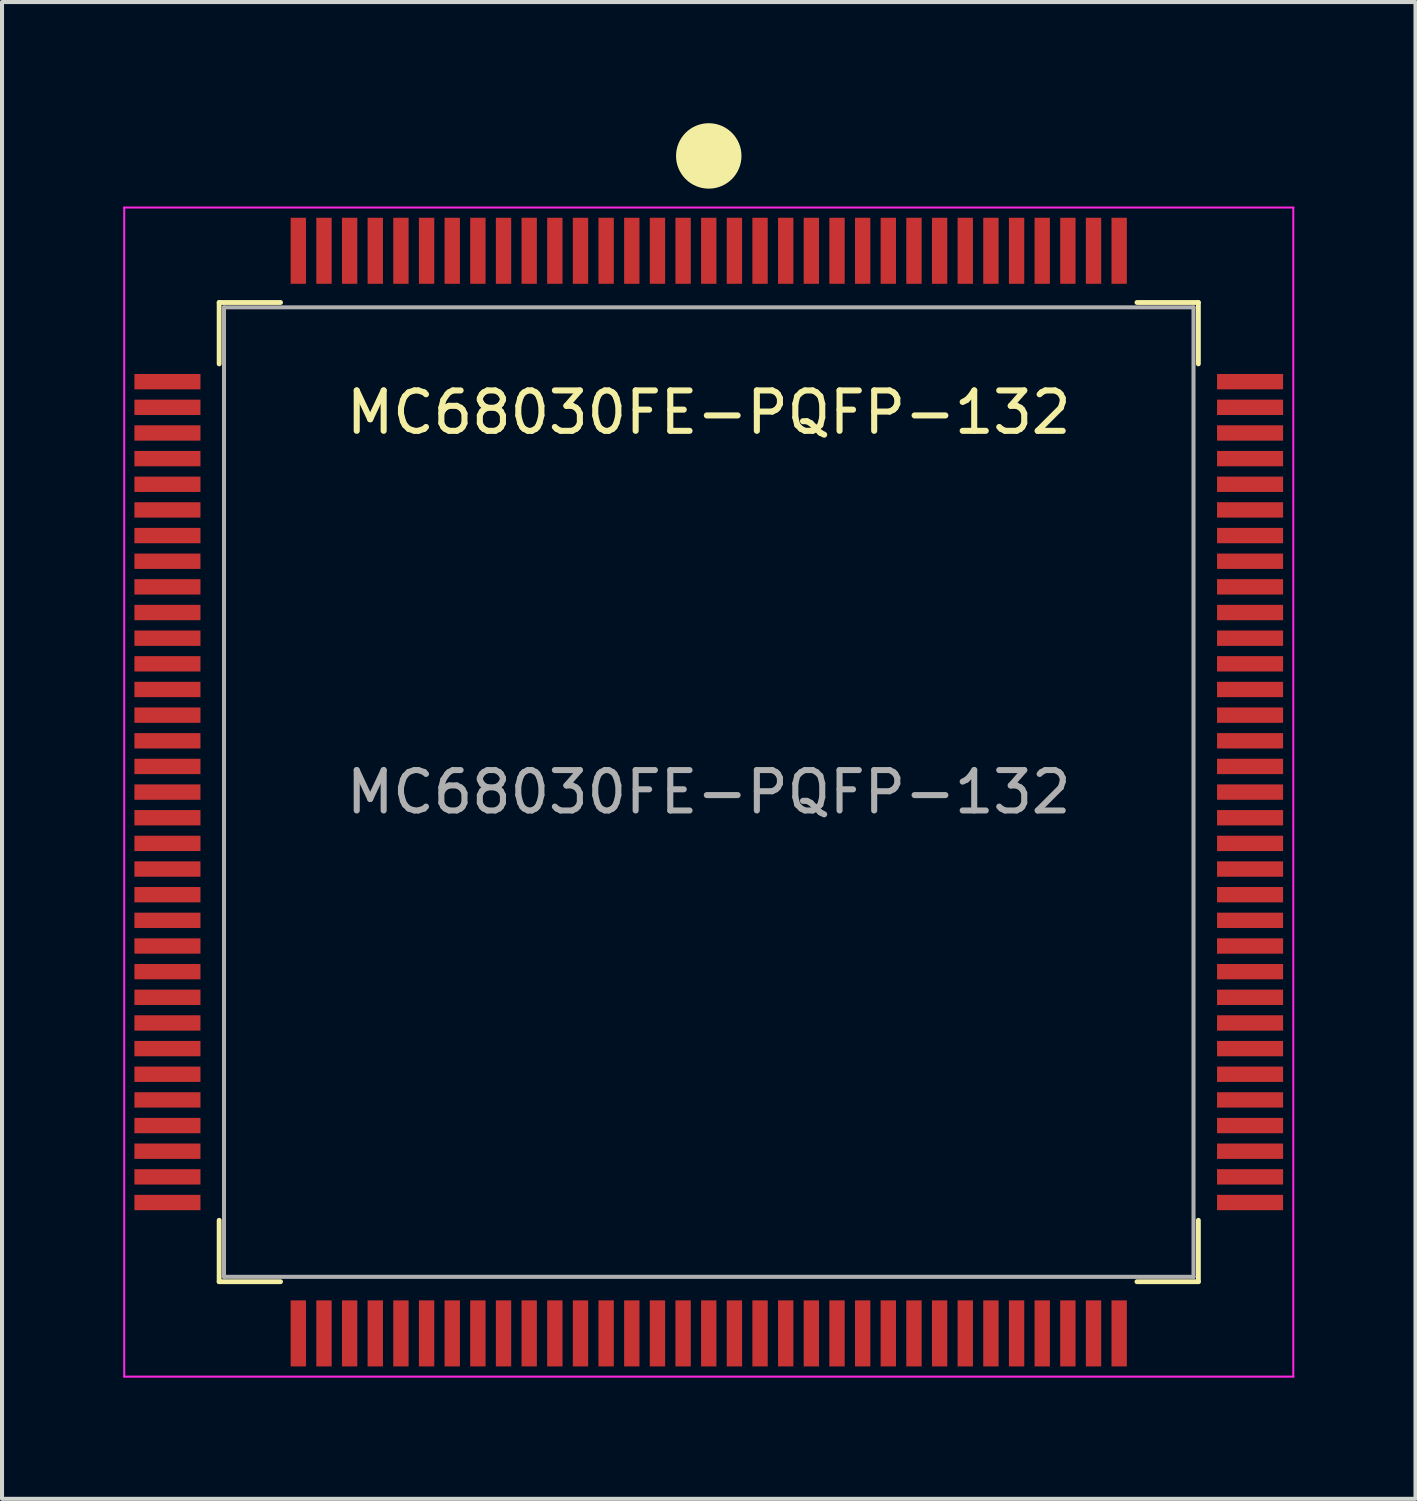
<source format=kicad_pcb>
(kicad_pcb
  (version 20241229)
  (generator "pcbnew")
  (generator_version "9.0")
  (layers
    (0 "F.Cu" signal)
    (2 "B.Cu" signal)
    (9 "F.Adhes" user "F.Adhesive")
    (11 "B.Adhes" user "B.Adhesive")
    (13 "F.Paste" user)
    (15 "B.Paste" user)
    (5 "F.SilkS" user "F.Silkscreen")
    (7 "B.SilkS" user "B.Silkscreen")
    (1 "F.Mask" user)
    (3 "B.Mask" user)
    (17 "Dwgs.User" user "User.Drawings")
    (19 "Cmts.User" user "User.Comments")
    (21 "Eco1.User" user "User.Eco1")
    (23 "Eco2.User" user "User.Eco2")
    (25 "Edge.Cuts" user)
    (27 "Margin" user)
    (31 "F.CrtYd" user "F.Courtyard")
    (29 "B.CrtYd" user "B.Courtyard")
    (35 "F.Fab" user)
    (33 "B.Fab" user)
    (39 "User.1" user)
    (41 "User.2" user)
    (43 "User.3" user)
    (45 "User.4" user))
  (footprint "MC68030FE-PQFP-132"
    (layer "F.Cu")
    (at 14.495 16.558)
    (property "Reference" "MC68030FE-PQFP-132" (at 0 -9.398 0) (layer "F.SilkS") (effects (font (size 1 1) (thickness 0.15))))
    (attr smd)
    (fp_line (start -12.12 -12.12) (end -12.12 -10.6) (stroke (width 0.12) (type solid)) (layer "F.SilkS"))
    (fp_line (start -12.12 12.12) (end -12.12 10.6) (stroke (width 0.12) (type solid)) (layer "F.SilkS"))
    (fp_line (start -10.6 -12.12) (end -12.12 -12.12) (stroke (width 0.12) (type solid)) (layer "F.SilkS"))
    (fp_line (start -10.6 12.12) (end -12.12 12.12) (stroke (width 0.12) (type solid)) (layer "F.SilkS"))
    (fp_line (start 10.6 -12.12) (end 12.12 -12.12) (stroke (width 0.12) (type solid)) (layer "F.SilkS"))
    (fp_line (start 10.6 12.12) (end 12.12 12.12) (stroke (width 0.12) (type solid)) (layer "F.SilkS"))
    (fp_line (start 12.12 -12.12) (end 12.12 -10.6) (stroke (width 0.12) (type solid)) (layer "F.SilkS"))
    (fp_line (start 12.12 12.12) (end 12.12 10.6) (stroke (width 0.12) (type solid)) (layer "F.SilkS"))
    (fp_circle (center 0 -15.748) (end 0.75 -15.748) (stroke (width 0.12) (type solid)) (fill yes) (layer "F.SilkS"))
    (fp_line (start -14.47 -14.47) (end -14.47 14.47) (stroke (width 0.05) (type solid)) (layer "F.CrtYd"))
    (fp_line (start 14.47 -14.47) (end -14.47 -14.47) (stroke (width 0.05) (type solid)) (layer "F.CrtYd"))
    (fp_line (start 14.47 -14.47) (end 14.47 14.47) (stroke (width 0.05) (type solid)) (layer "F.CrtYd"))
    (fp_line (start 14.47 14.47) (end -14.47 14.47) (stroke (width 0.05) (type solid)) (layer "F.CrtYd"))
    (fp_line (start -12 -12) (end 12 -12) (stroke (width 0.1) (type solid)) (layer "F.Fab"))
    (fp_line (start -12 12) (end -12 -12) (stroke (width 0.1) (type solid)) (layer "F.Fab"))
    (fp_line (start 12 -12) (end 12 12) (stroke (width 0.1) (type solid)) (layer "F.Fab"))
    (fp_line (start 12 12) (end -12 12) (stroke (width 0.1) (type solid)) (layer "F.Fab"))
    (fp_text user "${REFERENCE}" (at 0 0 0) (layer "F.Fab") (effects (font (size 1 1) (thickness 0.15))))
    (pad "1" smd rect (at 0 -13.4) (size 0.38 1.635) (layers "F.Cu" "F.Mask" "F.Paste"))
    (pad "2" smd rect (at -0.635 -13.4) (size 0.38 1.635) (layers "F.Cu" "F.Mask" "F.Paste"))
    (pad "3" smd rect (at -1.27 -13.4) (size 0.38 1.635) (layers "F.Cu" "F.Mask" "F.Paste"))
    (pad "4" smd rect (at -1.905 -13.4) (size 0.38 1.635) (layers "F.Cu" "F.Mask" "F.Paste"))
    (pad "5" smd rect (at -2.54 -13.4) (size 0.38 1.635) (layers "F.Cu" "F.Mask" "F.Paste"))
    (pad "6" smd rect (at -3.175 -13.4) (size 0.38 1.635) (layers "F.Cu" "F.Mask" "F.Paste"))
    (pad "7" smd rect (at -3.81 -13.4) (size 0.38 1.635) (layers "F.Cu" "F.Mask" "F.Paste"))
    (pad "8" smd rect (at -4.445 -13.4) (size 0.38 1.635) (layers "F.Cu" "F.Mask" "F.Paste"))
    (pad "9" smd rect (at -5.08 -13.4) (size 0.38 1.635) (layers "F.Cu" "F.Mask" "F.Paste"))
    (pad "10" smd rect (at -5.715 -13.4) (size 0.38 1.635) (layers "F.Cu" "F.Mask" "F.Paste"))
    (pad "11" smd rect (at -6.35 -13.4) (size 0.38 1.635) (layers "F.Cu" "F.Mask" "F.Paste"))
    (pad "12" smd rect (at -6.985 -13.4) (size 0.38 1.635) (layers "F.Cu" "F.Mask" "F.Paste"))
    (pad "13" smd rect (at -7.62 -13.4) (size 0.38 1.635) (layers "F.Cu" "F.Mask" "F.Paste"))
    (pad "14" smd rect (at -8.255 -13.4) (size 0.38 1.635) (layers "F.Cu" "F.Mask" "F.Paste"))
    (pad "15" smd rect (at -8.89 -13.4) (size 0.38 1.635) (layers "F.Cu" "F.Mask" "F.Paste"))
    (pad "16" smd rect (at -9.525 -13.4) (size 0.38 1.635) (layers "F.Cu" "F.Mask" "F.Paste"))
    (pad "17" smd rect (at -10.16 -13.4) (size 0.38 1.635) (layers "F.Cu" "F.Mask" "F.Paste"))
    (pad "18" smd rect (at -13.4 -10.16) (size 1.635 0.38) (layers "F.Cu" "F.Mask" "F.Paste"))
    (pad "19" smd rect (at -13.4 -9.525) (size 1.635 0.38) (layers "F.Cu" "F.Mask" "F.Paste"))
    (pad "20" smd rect (at -13.4 -8.89) (size 1.635 0.38) (layers "F.Cu" "F.Mask" "F.Paste"))
    (pad "21" smd rect (at -13.4 -8.255) (size 1.635 0.38) (layers "F.Cu" "F.Mask" "F.Paste"))
    (pad "22" smd rect (at -13.4 -7.62) (size 1.635 0.38) (layers "F.Cu" "F.Mask" "F.Paste"))
    (pad "23" smd rect (at -13.4 -6.985) (size 1.635 0.38) (layers "F.Cu" "F.Mask" "F.Paste"))
    (pad "24" smd rect (at -13.4 -6.35) (size 1.635 0.38) (layers "F.Cu" "F.Mask" "F.Paste"))
    (pad "25" smd rect (at -13.4 -5.715) (size 1.635 0.38) (layers "F.Cu" "F.Mask" "F.Paste"))
    (pad "26" smd rect (at -13.4 -5.08) (size 1.635 0.38) (layers "F.Cu" "F.Mask" "F.Paste"))
    (pad "27" smd rect (at -13.4 -4.445) (size 1.635 0.38) (layers "F.Cu" "F.Mask" "F.Paste"))
    (pad "28" smd rect (at -13.4 -3.81) (size 1.635 0.38) (layers "F.Cu" "F.Mask" "F.Paste"))
    (pad "29" smd rect (at -13.4 -3.175) (size 1.635 0.38) (layers "F.Cu" "F.Mask" "F.Paste"))
    (pad "30" smd rect (at -13.4 -2.54) (size 1.635 0.38) (layers "F.Cu" "F.Mask" "F.Paste"))
    (pad "31" smd rect (at -13.4 -1.905) (size 1.635 0.38) (layers "F.Cu" "F.Mask" "F.Paste"))
    (pad "32" smd rect (at -13.4 -1.27) (size 1.635 0.38) (layers "F.Cu" "F.Mask" "F.Paste"))
    (pad "33" smd rect (at -13.4 -0.635) (size 1.635 0.38) (layers "F.Cu" "F.Mask" "F.Paste"))
    (pad "34" smd rect (at -13.4 0) (size 1.635 0.38) (layers "F.Cu" "F.Mask" "F.Paste"))
    (pad "35" smd rect (at -13.4 0.635) (size 1.635 0.38) (layers "F.Cu" "F.Mask" "F.Paste"))
    (pad "36" smd rect (at -13.4 1.27) (size 1.635 0.38) (layers "F.Cu" "F.Mask" "F.Paste"))
    (pad "37" smd rect (at -13.4 1.905) (size 1.635 0.38) (layers "F.Cu" "F.Mask" "F.Paste"))
    (pad "38" smd rect (at -13.4 2.54) (size 1.635 0.38) (layers "F.Cu" "F.Mask" "F.Paste"))
    (pad "39" smd rect (at -13.4 3.175) (size 1.635 0.38) (layers "F.Cu" "F.Mask" "F.Paste"))
    (pad "40" smd rect (at -13.4 3.81) (size 1.635 0.38) (layers "F.Cu" "F.Mask" "F.Paste"))
    (pad "41" smd rect (at -13.4 4.445) (size 1.635 0.38) (layers "F.Cu" "F.Mask" "F.Paste"))
    (pad "42" smd rect (at -13.4 5.08) (size 1.635 0.38) (layers "F.Cu" "F.Mask" "F.Paste"))
    (pad "43" smd rect (at -13.4 5.715) (size 1.635 0.38) (layers "F.Cu" "F.Mask" "F.Paste"))
    (pad "44" smd rect (at -13.4 6.35) (size 1.635 0.38) (layers "F.Cu" "F.Mask" "F.Paste"))
    (pad "45" smd rect (at -13.4 6.985) (size 1.635 0.38) (layers "F.Cu" "F.Mask" "F.Paste"))
    (pad "46" smd rect (at -13.4 7.62) (size 1.635 0.38) (layers "F.Cu" "F.Mask" "F.Paste"))
    (pad "47" smd rect (at -13.4 8.255) (size 1.635 0.38) (layers "F.Cu" "F.Mask" "F.Paste"))
    (pad "48" smd rect (at -13.4 8.89) (size 1.635 0.38) (layers "F.Cu" "F.Mask" "F.Paste"))
    (pad "49" smd rect (at -13.4 9.525) (size 1.635 0.38) (layers "F.Cu" "F.Mask" "F.Paste"))
    (pad "50" smd rect (at -13.4 10.16) (size 1.635 0.38) (layers "F.Cu" "F.Mask" "F.Paste"))
    (pad "51" smd rect (at -10.16 13.4) (size 0.38 1.635) (layers "F.Cu" "F.Mask" "F.Paste"))
    (pad "52" smd rect (at -9.525 13.4) (size 0.38 1.635) (layers "F.Cu" "F.Mask" "F.Paste"))
    (pad "53" smd rect (at -8.89 13.4) (size 0.38 1.635) (layers "F.Cu" "F.Mask" "F.Paste"))
    (pad "54" smd rect (at -8.255 13.4) (size 0.38 1.635) (layers "F.Cu" "F.Mask" "F.Paste"))
    (pad "55" smd rect (at -7.62 13.4) (size 0.38 1.635) (layers "F.Cu" "F.Mask" "F.Paste"))
    (pad "56" smd rect (at -6.985 13.4) (size 0.38 1.635) (layers "F.Cu" "F.Mask" "F.Paste"))
    (pad "57" smd rect (at -6.35 13.4) (size 0.38 1.635) (layers "F.Cu" "F.Mask" "F.Paste"))
    (pad "58" smd rect (at -5.715 13.4) (size 0.38 1.635) (layers "F.Cu" "F.Mask" "F.Paste"))
    (pad "59" smd rect (at -5.08 13.4) (size 0.38 1.635) (layers "F.Cu" "F.Mask" "F.Paste"))
    (pad "60" smd rect (at -4.445 13.4) (size 0.38 1.635) (layers "F.Cu" "F.Mask" "F.Paste"))
    (pad "61" smd rect (at -3.81 13.4) (size 0.38 1.635) (layers "F.Cu" "F.Mask" "F.Paste"))
    (pad "62" smd rect (at -3.175 13.4) (size 0.38 1.635) (layers "F.Cu" "F.Mask" "F.Paste"))
    (pad "63" smd rect (at -2.54 13.4) (size 0.38 1.635) (layers "F.Cu" "F.Mask" "F.Paste"))
    (pad "64" smd rect (at -1.905 13.4) (size 0.38 1.635) (layers "F.Cu" "F.Mask" "F.Paste"))
    (pad "65" smd rect (at -1.27 13.4) (size 0.38 1.635) (layers "F.Cu" "F.Mask" "F.Paste"))
    (pad "66" smd rect (at -0.635 13.4) (size 0.38 1.635) (layers "F.Cu" "F.Mask" "F.Paste"))
    (pad "67" smd rect (at 0 13.4) (size 0.38 1.635) (layers "F.Cu" "F.Mask" "F.Paste"))
    (pad "68" smd rect (at 0.635 13.4) (size 0.38 1.635) (layers "F.Cu" "F.Mask" "F.Paste"))
    (pad "69" smd rect (at 1.27 13.4) (size 0.38 1.635) (layers "F.Cu" "F.Mask" "F.Paste"))
    (pad "70" smd rect (at 1.905 13.4) (size 0.38 1.635) (layers "F.Cu" "F.Mask" "F.Paste"))
    (pad "71" smd rect (at 2.54 13.4) (size 0.38 1.635) (layers "F.Cu" "F.Mask" "F.Paste"))
    (pad "72" smd rect (at 3.175 13.4) (size 0.38 1.635) (layers "F.Cu" "F.Mask" "F.Paste"))
    (pad "73" smd rect (at 3.81 13.4) (size 0.38 1.635) (layers "F.Cu" "F.Mask" "F.Paste"))
    (pad "74" smd rect (at 4.445 13.4) (size 0.38 1.635) (layers "F.Cu" "F.Mask" "F.Paste"))
    (pad "75" smd rect (at 5.08 13.4) (size 0.38 1.635) (layers "F.Cu" "F.Mask" "F.Paste"))
    (pad "76" smd rect (at 5.715 13.4) (size 0.38 1.635) (layers "F.Cu" "F.Mask" "F.Paste"))
    (pad "77" smd rect (at 6.35 13.4) (size 0.38 1.635) (layers "F.Cu" "F.Mask" "F.Paste"))
    (pad "78" smd rect (at 6.985 13.4) (size 0.38 1.635) (layers "F.Cu" "F.Mask" "F.Paste"))
    (pad "79" smd rect (at 7.62 13.4) (size 0.38 1.635) (layers "F.Cu" "F.Mask" "F.Paste"))
    (pad "80" smd rect (at 8.255 13.4) (size 0.38 1.635) (layers "F.Cu" "F.Mask" "F.Paste"))
    (pad "81" smd rect (at 8.89 13.4) (size 0.38 1.635) (layers "F.Cu" "F.Mask" "F.Paste"))
    (pad "82" smd rect (at 9.525 13.4) (size 0.38 1.635) (layers "F.Cu" "F.Mask" "F.Paste"))
    (pad "83" smd rect (at 10.16 13.4) (size 0.38 1.635) (layers "F.Cu" "F.Mask" "F.Paste"))
    (pad "84" smd rect (at 13.4 10.16) (size 1.635 0.38) (layers "F.Cu" "F.Mask" "F.Paste"))
    (pad "85" smd rect (at 13.4 9.525) (size 1.635 0.38) (layers "F.Cu" "F.Mask" "F.Paste"))
    (pad "86" smd rect (at 13.4 8.89) (size 1.635 0.38) (layers "F.Cu" "F.Mask" "F.Paste"))
    (pad "87" smd rect (at 13.4 8.255) (size 1.635 0.38) (layers "F.Cu" "F.Mask" "F.Paste"))
    (pad "88" smd rect (at 13.4 7.62) (size 1.635 0.38) (layers "F.Cu" "F.Mask" "F.Paste"))
    (pad "89" smd rect (at 13.4 6.985) (size 1.635 0.38) (layers "F.Cu" "F.Mask" "F.Paste"))
    (pad "90" smd rect (at 13.4 6.35) (size 1.635 0.38) (layers "F.Cu" "F.Mask" "F.Paste"))
    (pad "91" smd rect (at 13.4 5.715) (size 1.635 0.38) (layers "F.Cu" "F.Mask" "F.Paste"))
    (pad "92" smd rect (at 13.4 5.08) (size 1.635 0.38) (layers "F.Cu" "F.Mask" "F.Paste"))
    (pad "93" smd rect (at 13.4 4.445) (size 1.635 0.38) (layers "F.Cu" "F.Mask" "F.Paste"))
    (pad "94" smd rect (at 13.4 3.81) (size 1.635 0.38) (layers "F.Cu" "F.Mask" "F.Paste"))
    (pad "95" smd rect (at 13.4 3.175) (size 1.635 0.38) (layers "F.Cu" "F.Mask" "F.Paste"))
    (pad "96" smd rect (at 13.4 2.54) (size 1.635 0.38) (layers "F.Cu" "F.Mask" "F.Paste"))
    (pad "97" smd rect (at 13.4 1.905) (size 1.635 0.38) (layers "F.Cu" "F.Mask" "F.Paste"))
    (pad "98" smd rect (at 13.4 1.27) (size 1.635 0.38) (layers "F.Cu" "F.Mask" "F.Paste"))
    (pad "99" smd rect (at 13.4 0.635) (size 1.635 0.38) (layers "F.Cu" "F.Mask" "F.Paste"))
    (pad "100" smd rect (at 13.4 0) (size 1.635 0.38) (layers "F.Cu" "F.Mask" "F.Paste"))
    (pad "101" smd rect (at 13.4 -0.635) (size 1.635 0.38) (layers "F.Cu" "F.Mask" "F.Paste"))
    (pad "102" smd rect (at 13.4 -1.27) (size 1.635 0.38) (layers "F.Cu" "F.Mask" "F.Paste"))
    (pad "103" smd rect (at 13.4 -1.905) (size 1.635 0.38) (layers "F.Cu" "F.Mask" "F.Paste"))
    (pad "104" smd rect (at 13.4 -2.54) (size 1.635 0.38) (layers "F.Cu" "F.Mask" "F.Paste"))
    (pad "105" smd rect (at 13.4 -3.175) (size 1.635 0.38) (layers "F.Cu" "F.Mask" "F.Paste"))
    (pad "106" smd rect (at 13.4 -3.81) (size 1.635 0.38) (layers "F.Cu" "F.Mask" "F.Paste"))
    (pad "107" smd rect (at 13.4 -4.445) (size 1.635 0.38) (layers "F.Cu" "F.Mask" "F.Paste"))
    (pad "108" smd rect (at 13.4 -5.08) (size 1.635 0.38) (layers "F.Cu" "F.Mask" "F.Paste"))
    (pad "109" smd rect (at 13.4 -5.715) (size 1.635 0.38) (layers "F.Cu" "F.Mask" "F.Paste"))
    (pad "110" smd rect (at 13.4 -6.35) (size 1.635 0.38) (layers "F.Cu" "F.Mask" "F.Paste"))
    (pad "111" smd rect (at 13.4 -6.985) (size 1.635 0.38) (layers "F.Cu" "F.Mask" "F.Paste"))
    (pad "112" smd rect (at 13.4 -7.62) (size 1.635 0.38) (layers "F.Cu" "F.Mask" "F.Paste"))
    (pad "113" smd rect (at 13.4 -8.255) (size 1.635 0.38) (layers "F.Cu" "F.Mask" "F.Paste"))
    (pad "114" smd rect (at 13.4 -8.89) (size 1.635 0.38) (layers "F.Cu" "F.Mask" "F.Paste"))
    (pad "115" smd rect (at 13.4 -9.525) (size 1.635 0.38) (layers "F.Cu" "F.Mask" "F.Paste"))
    (pad "116" smd rect (at 13.4 -10.16) (size 1.635 0.38) (layers "F.Cu" "F.Mask" "F.Paste"))
    (pad "117" smd rect (at 10.16 -13.4) (size 0.38 1.635) (layers "F.Cu" "F.Mask" "F.Paste"))
    (pad "118" smd rect (at 9.525 -13.4) (size 0.38 1.635) (layers "F.Cu" "F.Mask" "F.Paste"))
    (pad "119" smd rect (at 8.89 -13.4) (size 0.38 1.635) (layers "F.Cu" "F.Mask" "F.Paste"))
    (pad "120" smd rect (at 8.255 -13.4) (size 0.38 1.635) (layers "F.Cu" "F.Mask" "F.Paste"))
    (pad "121" smd rect (at 7.62 -13.4) (size 0.38 1.635) (layers "F.Cu" "F.Mask" "F.Paste"))
    (pad "122" smd rect (at 6.985 -13.4) (size 0.38 1.635) (layers "F.Cu" "F.Mask" "F.Paste"))
    (pad "123" smd rect (at 6.35 -13.4) (size 0.38 1.635) (layers "F.Cu" "F.Mask" "F.Paste"))
    (pad "124" smd rect (at 5.715 -13.4) (size 0.38 1.635) (layers "F.Cu" "F.Mask" "F.Paste"))
    (pad "125" smd rect (at 5.08 -13.4) (size 0.38 1.635) (layers "F.Cu" "F.Mask" "F.Paste"))
    (pad "126" smd rect (at 4.445 -13.4) (size 0.38 1.635) (layers "F.Cu" "F.Mask" "F.Paste"))
    (pad "127" smd rect (at 3.81 -13.4) (size 0.38 1.635) (layers "F.Cu" "F.Mask" "F.Paste"))
    (pad "128" smd rect (at 3.175 -13.4) (size 0.38 1.635) (layers "F.Cu" "F.Mask" "F.Paste"))
    (pad "129" smd rect (at 2.54 -13.4) (size 0.38 1.635) (layers "F.Cu" "F.Mask" "F.Paste"))
    (pad "130" smd rect (at 1.905 -13.4) (size 0.38 1.635) (layers "F.Cu" "F.Mask" "F.Paste"))
    (pad "131" smd rect (at 1.27 -13.4) (size 0.38 1.635) (layers "F.Cu" "F.Mask" "F.Paste"))
    (pad "132" smd rect (at 0.635 -13.4) (size 0.38 1.635) (layers "F.Cu" "F.Mask" "F.Paste")))
  (gr_rect
    (start -3 -3)
    (end 31.99 34.053)
    (stroke (width 0.1) (type default))
    (fill no)
    (layer "Edge.Cuts")))
</source>
